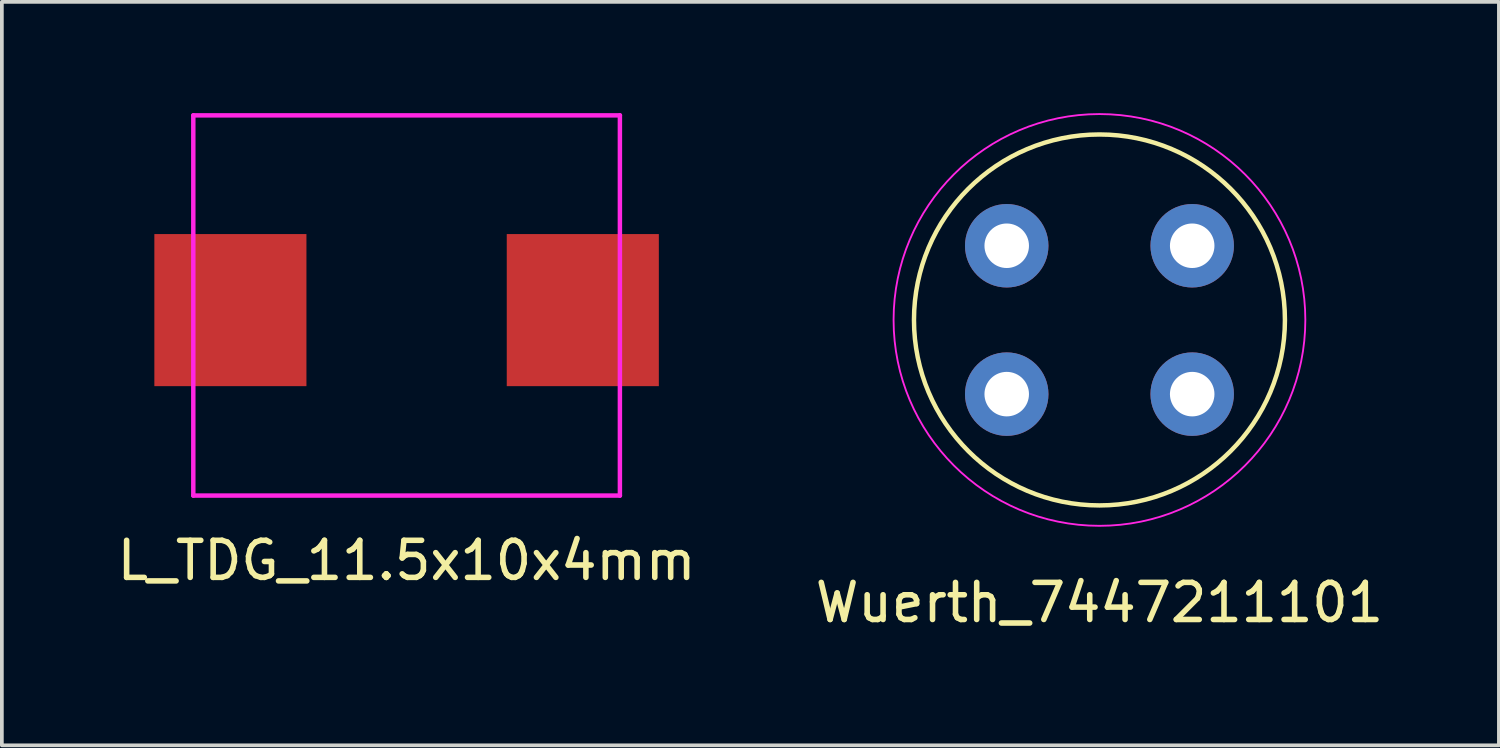
<source format=kicad_pcb>
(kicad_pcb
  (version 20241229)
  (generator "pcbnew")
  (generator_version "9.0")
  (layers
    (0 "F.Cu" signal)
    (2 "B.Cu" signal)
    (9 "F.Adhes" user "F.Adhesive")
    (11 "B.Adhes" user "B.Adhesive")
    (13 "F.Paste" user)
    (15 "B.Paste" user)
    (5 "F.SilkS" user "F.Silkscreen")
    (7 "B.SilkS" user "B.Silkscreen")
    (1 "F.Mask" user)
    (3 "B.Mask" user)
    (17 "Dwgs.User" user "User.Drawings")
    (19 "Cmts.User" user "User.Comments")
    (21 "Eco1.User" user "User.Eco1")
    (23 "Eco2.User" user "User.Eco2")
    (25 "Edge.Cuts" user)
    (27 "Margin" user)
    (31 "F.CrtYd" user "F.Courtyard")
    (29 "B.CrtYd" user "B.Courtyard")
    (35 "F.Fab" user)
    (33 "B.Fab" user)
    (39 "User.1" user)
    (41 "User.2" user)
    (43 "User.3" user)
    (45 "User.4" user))
  (footprint "L_TDG_11.5x10x4mm"
    (layer "F.Cu")
    (at 7.911 5.31)
    (property "Reference" "L_TDG_11.5x10x4mm" (at 0 6.75 0) (layer "F.SilkS") (effects (font (size 1 1) (thickness 0.15))))
    (attr through_hole)
    (fp_line (start -5.75 -5.25) (end 5.75 -5.25) (stroke (width 0.12) (type solid)) (layer "F.CrtYd"))
    (fp_line (start -5.75 5) (end -5.75 -5.25) (stroke (width 0.12) (type solid)) (layer "F.CrtYd"))
    (fp_line (start 5.75 -5.25) (end 5.75 5) (stroke (width 0.12) (type solid)) (layer "F.CrtYd"))
    (fp_line (start 5.75 5) (end -5.75 5) (stroke (width 0.12) (type solid)) (layer "F.CrtYd"))
    (pad "1" smd rect (at 4.75 0) (size 4.1 4.1) (layers "F.Cu" "F.Mask" "F.Paste"))
    (pad "2" smd rect (at -4.75 0) (size 4.1 4.1) (layers "F.Cu" "F.Mask" "F.Paste")))
  (footprint "Wuerth_7447211101"
    (layer "F.Cu")
    (at 26.589 5.575)
    (property "Reference" "Wuerth_7447211101" (at 0 7.62 0) (layer "F.SilkS") (effects (font (size 1 1) (thickness 0.15))))
    (attr through_hole)
    (fp_circle (center 0 0) (end 5 0) (stroke (width 0.12) (type solid)) (fill no) (layer "F.SilkS"))
    (fp_circle (center 0 0) (end 5.55 0) (stroke (width 0.05) (type solid)) (fill no) (layer "F.CrtYd"))
    (pad "1" thru_hole circle (at -2.5 2) (size 2.25 2.25) (drill 1.2) (layers "*.Cu" "*.Mask"))
    (pad "2" thru_hole circle (at 2.5 2) (size 2.25 2.25) (drill 1.2) (layers "*.Cu" "*.Mask"))
    (pad "3" thru_hole circle (at -2.5 -2) (size 2.25 2.25) (drill 1.2) (layers "*.Cu" "*.Mask"))
    (pad "4" thru_hole circle (at 2.5 -2) (size 2.25 2.25) (drill 1.2) (layers "*.Cu" "*.Mask")))
  (gr_rect
    (start -3 -3)
    (end 37.357 17.043)
    (stroke (width 0.1) (type default))
    (fill no)
    (layer "Edge.Cuts")))
</source>
